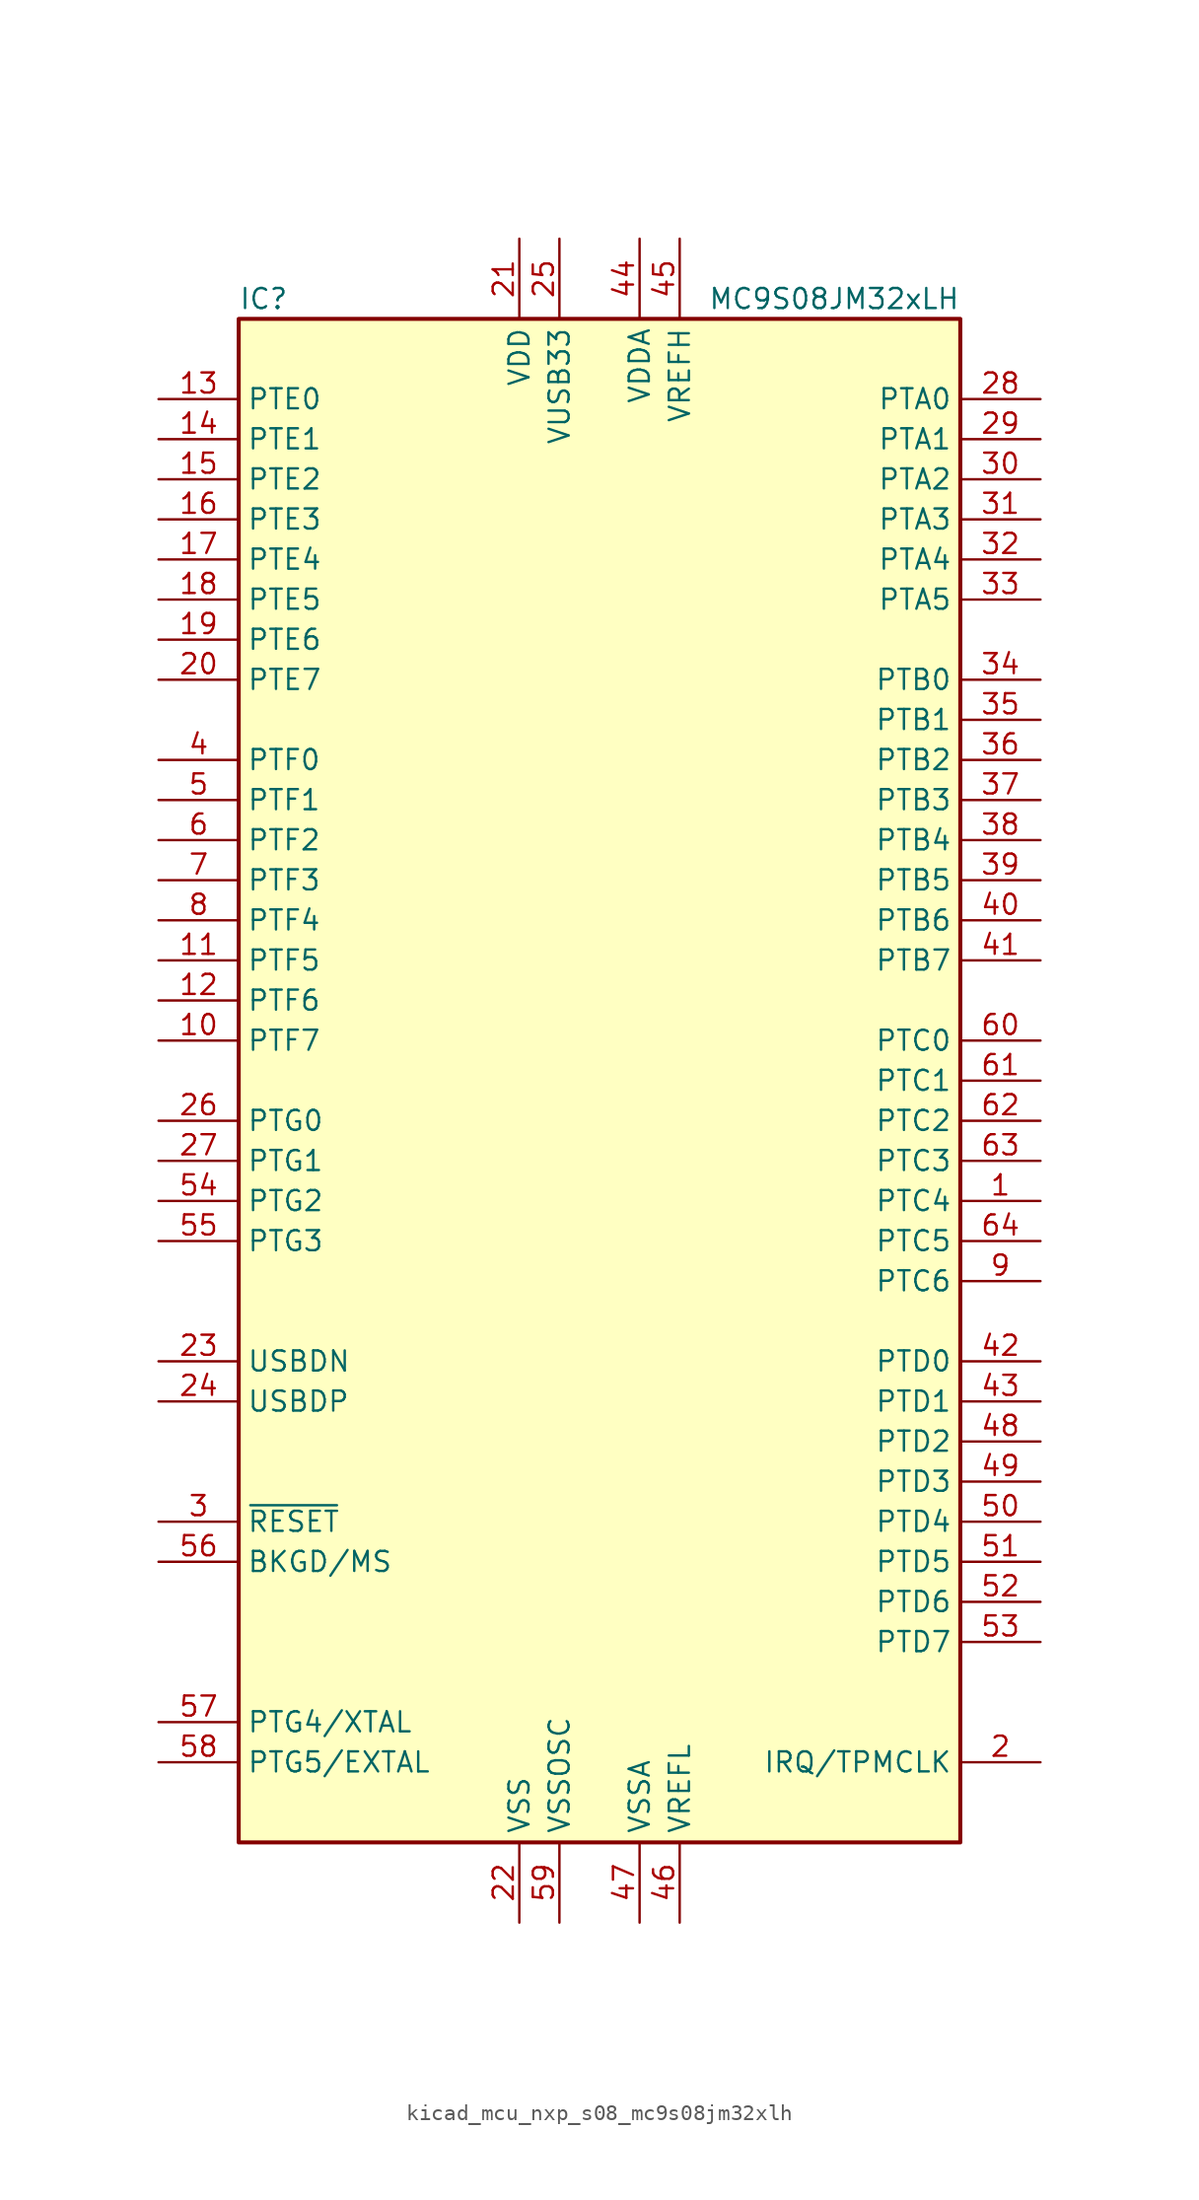
<source format=kicad_sym>
(kicad_symbol_lib
  (version 20220914)
  (generator kicad_symbol_editor)
  (symbol "kicad_mcu_nxp_s08_mc9s08jm32xlh"
    (property "Reference" "IC"
      (at -22.86 49.53 0)
      (effects (font (size 1.27 1.27)) (justify left)))
    (property "Value" "MC9S08JM32xLH"
      (at 22.86 49.53 0)
      (effects (font (size 1.27 1.27)) (justify right)))
    (symbol "kicad_mcu_nxp_s08_mc9s08jm32xlh_0_1"
      (rectangle (start -22.86 48.26) (end 22.86 -48.26) (stroke (width 0.254) (type default)) (fill (type background))))
    (symbol "kicad_mcu_nxp_s08_mc9s08jm32xlh_1_1"
      (pin bidirectional line (at 27.94 -7.62 180) (length 5.08) (name "PTC4" (effects (font (size 1.27 1.27)))) (number "1" (effects (font (size 1.27 1.27)))))
      (pin bidirectional line (at -27.94 2.54 0) (length 5.08) (name "PTF7" (effects (font (size 1.27 1.27)))) (number "10" (effects (font (size 1.27 1.27)))))
      (pin bidirectional line (at -27.94 7.62 0) (length 5.08) (name "PTF5" (effects (font (size 1.27 1.27)))) (number "11" (effects (font (size 1.27 1.27)))))
      (pin bidirectional line (at -27.94 5.08 0) (length 5.08) (name "PTF6" (effects (font (size 1.27 1.27)))) (number "12" (effects (font (size 1.27 1.27)))))
      (pin bidirectional line (at -27.94 43.18 0) (length 5.08) (name "PTE0" (effects (font (size 1.27 1.27)))) (number "13" (effects (font (size 1.27 1.27)))))
      (pin bidirectional line (at -27.94 40.64 0) (length 5.08) (name "PTE1" (effects (font (size 1.27 1.27)))) (number "14" (effects (font (size 1.27 1.27)))))
      (pin bidirectional line (at -27.94 38.1 0) (length 5.08) (name "PTE2" (effects (font (size 1.27 1.27)))) (number "15" (effects (font (size 1.27 1.27)))))
      (pin bidirectional line (at -27.94 35.56 0) (length 5.08) (name "PTE3" (effects (font (size 1.27 1.27)))) (number "16" (effects (font (size 1.27 1.27)))))
      (pin bidirectional line (at -27.94 33.02 0) (length 5.08) (name "PTE4" (effects (font (size 1.27 1.27)))) (number "17" (effects (font (size 1.27 1.27)))))
      (pin bidirectional line (at -27.94 30.48 0) (length 5.08) (name "PTE5" (effects (font (size 1.27 1.27)))) (number "18" (effects (font (size 1.27 1.27)))))
      (pin bidirectional line (at -27.94 27.94 0) (length 5.08) (name "PTE6" (effects (font (size 1.27 1.27)))) (number "19" (effects (font (size 1.27 1.27)))))
      (pin bidirectional line (at 27.94 -43.18 180) (length 5.08) (name "IRQ/TPMCLK" (effects (font (size 1.27 1.27)))) (number "2" (effects (font (size 1.27 1.27)))))
      (pin bidirectional line (at -27.94 25.4 0) (length 5.08) (name "PTE7" (effects (font (size 1.27 1.27)))) (number "20" (effects (font (size 1.27 1.27)))))
      (pin power_in line (at -5.08 53.34 270) (length 5.08) (name "VDD" (effects (font (size 1.27 1.27)))) (number "21" (effects (font (size 1.27 1.27)))))
      (pin power_in line (at -5.08 -53.34 90) (length 5.08) (name "VSS" (effects (font (size 1.27 1.27)))) (number "22" (effects (font (size 1.27 1.27)))))
      (pin bidirectional line (at -27.94 -17.78 0) (length 5.08) (name "USBDN" (effects (font (size 1.27 1.27)))) (number "23" (effects (font (size 1.27 1.27)))))
      (pin bidirectional line (at -27.94 -20.32 0) (length 5.08) (name "USBDP" (effects (font (size 1.27 1.27)))) (number "24" (effects (font (size 1.27 1.27)))))
      (pin power_out line (at -2.54 53.34 270) (length 5.08) (name "VUSB33" (effects (font (size 1.27 1.27)))) (number "25" (effects (font (size 1.27 1.27)))))
      (pin bidirectional line (at -27.94 -2.54 0) (length 5.08) (name "PTG0" (effects (font (size 1.27 1.27)))) (number "26" (effects (font (size 1.27 1.27)))))
      (pin bidirectional line (at -27.94 -5.08 0) (length 5.08) (name "PTG1" (effects (font (size 1.27 1.27)))) (number "27" (effects (font (size 1.27 1.27)))))
      (pin bidirectional line (at 27.94 43.18 180) (length 5.08) (name "PTA0" (effects (font (size 1.27 1.27)))) (number "28" (effects (font (size 1.27 1.27)))))
      (pin bidirectional line (at 27.94 40.64 180) (length 5.08) (name "PTA1" (effects (font (size 1.27 1.27)))) (number "29" (effects (font (size 1.27 1.27)))))
      (pin input line (at -27.94 -27.94 0) (length 5.08) (name "~{RESET}" (effects (font (size 1.27 1.27)))) (number "3" (effects (font (size 1.27 1.27)))))
      (pin bidirectional line (at 27.94 38.1 180) (length 5.08) (name "PTA2" (effects (font (size 1.27 1.27)))) (number "30" (effects (font (size 1.27 1.27)))))
      (pin bidirectional line (at 27.94 35.56 180) (length 5.08) (name "PTA3" (effects (font (size 1.27 1.27)))) (number "31" (effects (font (size 1.27 1.27)))))
      (pin bidirectional line (at 27.94 33.02 180) (length 5.08) (name "PTA4" (effects (font (size 1.27 1.27)))) (number "32" (effects (font (size 1.27 1.27)))))
      (pin bidirectional line (at 27.94 30.48 180) (length 5.08) (name "PTA5" (effects (font (size 1.27 1.27)))) (number "33" (effects (font (size 1.27 1.27)))))
      (pin bidirectional line (at 27.94 25.4 180) (length 5.08) (name "PTB0" (effects (font (size 1.27 1.27)))) (number "34" (effects (font (size 1.27 1.27)))))
      (pin bidirectional line (at 27.94 22.86 180) (length 5.08) (name "PTB1" (effects (font (size 1.27 1.27)))) (number "35" (effects (font (size 1.27 1.27)))))
      (pin bidirectional line (at 27.94 20.32 180) (length 5.08) (name "PTB2" (effects (font (size 1.27 1.27)))) (number "36" (effects (font (size 1.27 1.27)))))
      (pin bidirectional line (at 27.94 17.78 180) (length 5.08) (name "PTB3" (effects (font (size 1.27 1.27)))) (number "37" (effects (font (size 1.27 1.27)))))
      (pin bidirectional line (at 27.94 15.24 180) (length 5.08) (name "PTB4" (effects (font (size 1.27 1.27)))) (number "38" (effects (font (size 1.27 1.27)))))
      (pin bidirectional line (at 27.94 12.7 180) (length 5.08) (name "PTB5" (effects (font (size 1.27 1.27)))) (number "39" (effects (font (size 1.27 1.27)))))
      (pin bidirectional line (at -27.94 20.32 0) (length 5.08) (name "PTF0" (effects (font (size 1.27 1.27)))) (number "4" (effects (font (size 1.27 1.27)))))
      (pin bidirectional line (at 27.94 10.16 180) (length 5.08) (name "PTB6" (effects (font (size 1.27 1.27)))) (number "40" (effects (font (size 1.27 1.27)))))
      (pin bidirectional line (at 27.94 7.62 180) (length 5.08) (name "PTB7" (effects (font (size 1.27 1.27)))) (number "41" (effects (font (size 1.27 1.27)))))
      (pin bidirectional line (at 27.94 -17.78 180) (length 5.08) (name "PTD0" (effects (font (size 1.27 1.27)))) (number "42" (effects (font (size 1.27 1.27)))))
      (pin bidirectional line (at 27.94 -20.32 180) (length 5.08) (name "PTD1" (effects (font (size 1.27 1.27)))) (number "43" (effects (font (size 1.27 1.27)))))
      (pin power_in line (at 2.54 53.34 270) (length 5.08) (name "VDDA" (effects (font (size 1.27 1.27)))) (number "44" (effects (font (size 1.27 1.27)))))
      (pin power_in line (at 5.08 53.34 270) (length 5.08) (name "VREFH" (effects (font (size 1.27 1.27)))) (number "45" (effects (font (size 1.27 1.27)))))
      (pin power_in line (at 5.08 -53.34 90) (length 5.08) (name "VREFL" (effects (font (size 1.27 1.27)))) (number "46" (effects (font (size 1.27 1.27)))))
      (pin power_in line (at 2.54 -53.34 90) (length 5.08) (name "VSSA" (effects (font (size 1.27 1.27)))) (number "47" (effects (font (size 1.27 1.27)))))
      (pin bidirectional line (at 27.94 -22.86 180) (length 5.08) (name "PTD2" (effects (font (size 1.27 1.27)))) (number "48" (effects (font (size 1.27 1.27)))))
      (pin bidirectional line (at 27.94 -25.4 180) (length 5.08) (name "PTD3" (effects (font (size 1.27 1.27)))) (number "49" (effects (font (size 1.27 1.27)))))
      (pin bidirectional line (at -27.94 17.78 0) (length 5.08) (name "PTF1" (effects (font (size 1.27 1.27)))) (number "5" (effects (font (size 1.27 1.27)))))
      (pin bidirectional line (at 27.94 -27.94 180) (length 5.08) (name "PTD4" (effects (font (size 1.27 1.27)))) (number "50" (effects (font (size 1.27 1.27)))))
      (pin bidirectional line (at 27.94 -30.48 180) (length 5.08) (name "PTD5" (effects (font (size 1.27 1.27)))) (number "51" (effects (font (size 1.27 1.27)))))
      (pin bidirectional line (at 27.94 -33.02 180) (length 5.08) (name "PTD6" (effects (font (size 1.27 1.27)))) (number "52" (effects (font (size 1.27 1.27)))))
      (pin bidirectional line (at 27.94 -35.56 180) (length 5.08) (name "PTD7" (effects (font (size 1.27 1.27)))) (number "53" (effects (font (size 1.27 1.27)))))
      (pin bidirectional line (at -27.94 -7.62 0) (length 5.08) (name "PTG2" (effects (font (size 1.27 1.27)))) (number "54" (effects (font (size 1.27 1.27)))))
      (pin bidirectional line (at -27.94 -10.16 0) (length 5.08) (name "PTG3" (effects (font (size 1.27 1.27)))) (number "55" (effects (font (size 1.27 1.27)))))
      (pin bidirectional line (at -27.94 -30.48 0) (length 5.08) (name "BKGD/MS" (effects (font (size 1.27 1.27)))) (number "56" (effects (font (size 1.27 1.27)))))
      (pin bidirectional line (at -27.94 -40.64 0) (length 5.08) (name "PTG4/XTAL" (effects (font (size 1.27 1.27)))) (number "57" (effects (font (size 1.27 1.27)))))
      (pin bidirectional line (at -27.94 -43.18 0) (length 5.08) (name "PTG5/EXTAL" (effects (font (size 1.27 1.27)))) (number "58" (effects (font (size 1.27 1.27)))))
      (pin power_in line (at -2.54 -53.34 90) (length 5.08) (name "VSSOSC" (effects (font (size 1.27 1.27)))) (number "59" (effects (font (size 1.27 1.27)))))
      (pin bidirectional line (at -27.94 15.24 0) (length 5.08) (name "PTF2" (effects (font (size 1.27 1.27)))) (number "6" (effects (font (size 1.27 1.27)))))
      (pin bidirectional line (at 27.94 2.54 180) (length 5.08) (name "PTC0" (effects (font (size 1.27 1.27)))) (number "60" (effects (font (size 1.27 1.27)))))
      (pin bidirectional line (at 27.94 0 180) (length 5.08) (name "PTC1" (effects (font (size 1.27 1.27)))) (number "61" (effects (font (size 1.27 1.27)))))
      (pin bidirectional line (at 27.94 -2.54 180) (length 5.08) (name "PTC2" (effects (font (size 1.27 1.27)))) (number "62" (effects (font (size 1.27 1.27)))))
      (pin bidirectional line (at 27.94 -5.08 180) (length 5.08) (name "PTC3" (effects (font (size 1.27 1.27)))) (number "63" (effects (font (size 1.27 1.27)))))
      (pin bidirectional line (at 27.94 -10.16 180) (length 5.08) (name "PTC5" (effects (font (size 1.27 1.27)))) (number "64" (effects (font (size 1.27 1.27)))))
      (pin bidirectional line (at -27.94 12.7 0) (length 5.08) (name "PTF3" (effects (font (size 1.27 1.27)))) (number "7" (effects (font (size 1.27 1.27)))))
      (pin bidirectional line (at -27.94 10.16 0) (length 5.08) (name "PTF4" (effects (font (size 1.27 1.27)))) (number "8" (effects (font (size 1.27 1.27)))))
      (pin bidirectional line (at 27.94 -12.7 180) (length 5.08) (name "PTC6" (effects (font (size 1.27 1.27)))) (number "9" (effects (font (size 1.27 1.27))))))))
</source>
